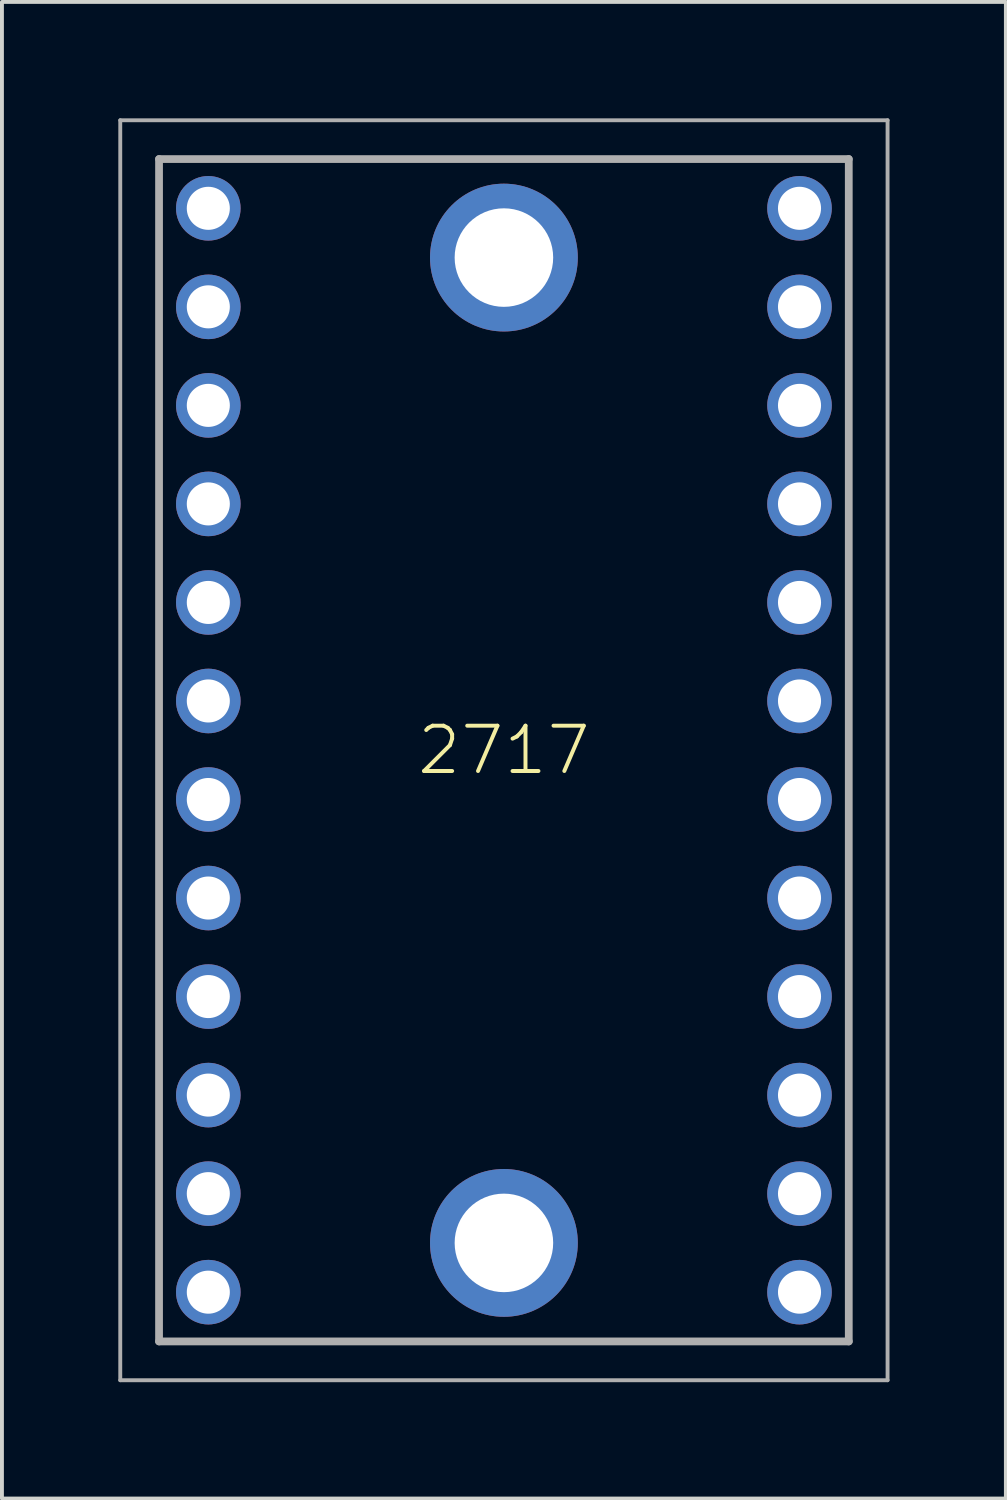
<source format=kicad_pcb>
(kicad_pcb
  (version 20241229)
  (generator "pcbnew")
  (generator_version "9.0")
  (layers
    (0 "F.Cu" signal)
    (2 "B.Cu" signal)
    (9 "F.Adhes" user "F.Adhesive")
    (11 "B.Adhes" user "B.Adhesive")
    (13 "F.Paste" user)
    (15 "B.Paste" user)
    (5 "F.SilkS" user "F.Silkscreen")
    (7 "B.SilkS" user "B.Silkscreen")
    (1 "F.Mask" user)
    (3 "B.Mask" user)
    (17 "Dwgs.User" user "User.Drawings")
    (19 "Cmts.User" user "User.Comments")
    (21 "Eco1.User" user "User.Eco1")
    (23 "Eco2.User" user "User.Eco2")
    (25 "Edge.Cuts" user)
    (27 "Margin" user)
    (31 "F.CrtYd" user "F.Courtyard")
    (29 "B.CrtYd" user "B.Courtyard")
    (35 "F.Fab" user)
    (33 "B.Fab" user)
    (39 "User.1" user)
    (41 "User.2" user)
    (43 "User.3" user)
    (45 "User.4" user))
  (footprint "2717"
    (layer "F.Cu")
    (at 9.94 16.29)
    (property "Reference" "2717" (at 0 0 0) (unlocked yes) (layer "F.SilkS") (effects (font (size 1.168 1.168) (thickness 0.102))))
    (fp_line (start -8.89 -15.24) (end 8.89 -15.24) (stroke (width 0.1) (type solid)) (layer "F.SilkS"))
    (fp_line (start -8.89 15.24) (end -8.89 -15.24) (stroke (width 0.1) (type solid)) (layer "F.SilkS"))
    (fp_line (start 8.89 -15.24) (end 8.89 15.24) (stroke (width 0.1) (type solid)) (layer "F.SilkS"))
    (fp_line (start 8.89 15.24) (end -8.89 15.24) (stroke (width 0.1) (type solid)) (layer "F.SilkS"))
    (fp_line (start -9.89 -16.24) (end 9.89 -16.24) (stroke (width 0.1) (type solid)) (layer "F.Fab"))
    (fp_line (start -9.89 16.24) (end -9.89 -16.24) (stroke (width 0.1) (type solid)) (layer "F.Fab"))
    (fp_line (start -8.89 -15.24) (end 8.89 -15.24) (stroke (width 0.2) (type solid)) (layer "F.Fab"))
    (fp_line (start -8.89 15.24) (end -8.89 -15.24) (stroke (width 0.2) (type solid)) (layer "F.Fab"))
    (fp_line (start 8.89 -15.24) (end 8.89 15.24) (stroke (width 0.2) (type solid)) (layer "F.Fab"))
    (fp_line (start 8.89 15.24) (end -8.89 15.24) (stroke (width 0.2) (type solid)) (layer "F.Fab"))
    (fp_line (start 9.89 -16.24) (end 9.89 16.24) (stroke (width 0.1) (type solid)) (layer "F.Fab"))
    (fp_line (start 9.89 16.24) (end -9.89 16.24) (stroke (width 0.1) (type solid)) (layer "F.Fab"))
    (pad "1" thru_hole circle (at -7.62 -13.97) (size 1.665 1.665) (drill 1.11) (layers "*.Cu" "*.Mask"))
    (pad "2" thru_hole circle (at -7.62 -11.43) (size 1.665 1.665) (drill 1.11) (layers "*.Cu" "*.Mask"))
    (pad "3" thru_hole circle (at -7.62 -8.89) (size 1.665 1.665) (drill 1.11) (layers "*.Cu" "*.Mask"))
    (pad "4" thru_hole circle (at -7.62 -6.35) (size 1.665 1.665) (drill 1.11) (layers "*.Cu" "*.Mask"))
    (pad "5" thru_hole circle (at -7.62 -3.81) (size 1.665 1.665) (drill 1.11) (layers "*.Cu" "*.Mask"))
    (pad "6" thru_hole circle (at -7.62 -1.27) (size 1.665 1.665) (drill 1.11) (layers "*.Cu" "*.Mask"))
    (pad "7" thru_hole circle (at -7.62 1.27) (size 1.665 1.665) (drill 1.11) (layers "*.Cu" "*.Mask"))
    (pad "8" thru_hole circle (at -7.62 3.81) (size 1.665 1.665) (drill 1.11) (layers "*.Cu" "*.Mask"))
    (pad "9" thru_hole circle (at -7.62 6.35) (size 1.665 1.665) (drill 1.11) (layers "*.Cu" "*.Mask"))
    (pad "10" thru_hole circle (at -7.62 8.89) (size 1.665 1.665) (drill 1.11) (layers "*.Cu" "*.Mask"))
    (pad "11" thru_hole circle (at -7.62 11.43) (size 1.665 1.665) (drill 1.11) (layers "*.Cu" "*.Mask"))
    (pad "12" thru_hole circle (at -7.62 13.97) (size 1.665 1.665) (drill 1.11) (layers "*.Cu" "*.Mask"))
    (pad "13" thru_hole circle (at 7.62 13.97) (size 1.665 1.665) (drill 1.11) (layers "*.Cu" "*.Mask"))
    (pad "14" thru_hole circle (at 7.62 11.43) (size 1.665 1.665) (drill 1.11) (layers "*.Cu" "*.Mask"))
    (pad "15" thru_hole circle (at 7.62 8.89) (size 1.665 1.665) (drill 1.11) (layers "*.Cu" "*.Mask"))
    (pad "16" thru_hole circle (at 7.62 6.35) (size 1.665 1.665) (drill 1.11) (layers "*.Cu" "*.Mask"))
    (pad "17" thru_hole circle (at 7.62 3.81) (size 1.665 1.665) (drill 1.11) (layers "*.Cu" "*.Mask"))
    (pad "18" thru_hole circle (at 7.62 1.27) (size 1.665 1.665) (drill 1.11) (layers "*.Cu" "*.Mask"))
    (pad "19" thru_hole circle (at 7.62 -1.27) (size 1.665 1.665) (drill 1.11) (layers "*.Cu" "*.Mask"))
    (pad "20" thru_hole circle (at 7.62 -3.81) (size 1.665 1.665) (drill 1.11) (layers "*.Cu" "*.Mask"))
    (pad "21" thru_hole circle (at 7.62 -6.35) (size 1.665 1.665) (drill 1.11) (layers "*.Cu" "*.Mask"))
    (pad "22" thru_hole circle (at 7.62 -8.89) (size 1.665 1.665) (drill 1.11) (layers "*.Cu" "*.Mask"))
    (pad "23" thru_hole circle (at 7.62 -11.43) (size 1.665 1.665) (drill 1.11) (layers "*.Cu" "*.Mask"))
    (pad "24" thru_hole circle (at 7.62 -13.97) (size 1.665 1.665) (drill 1.11) (layers "*.Cu" "*.Mask"))
    (pad "25" thru_hole circle (at 0 -12.7) (size 3.81 3.81) (drill 2.54) (layers "*.Cu" "*.Mask"))
    (pad "26" thru_hole circle (at 0 12.7) (size 3.81 3.81) (drill 2.54) (layers "*.Cu" "*.Mask")))
  (gr_rect
    (start -3 -3)
    (end 22.88 35.58)
    (stroke (width 0.1) (type default))
    (fill no)
    (layer "Edge.Cuts")))
</source>
